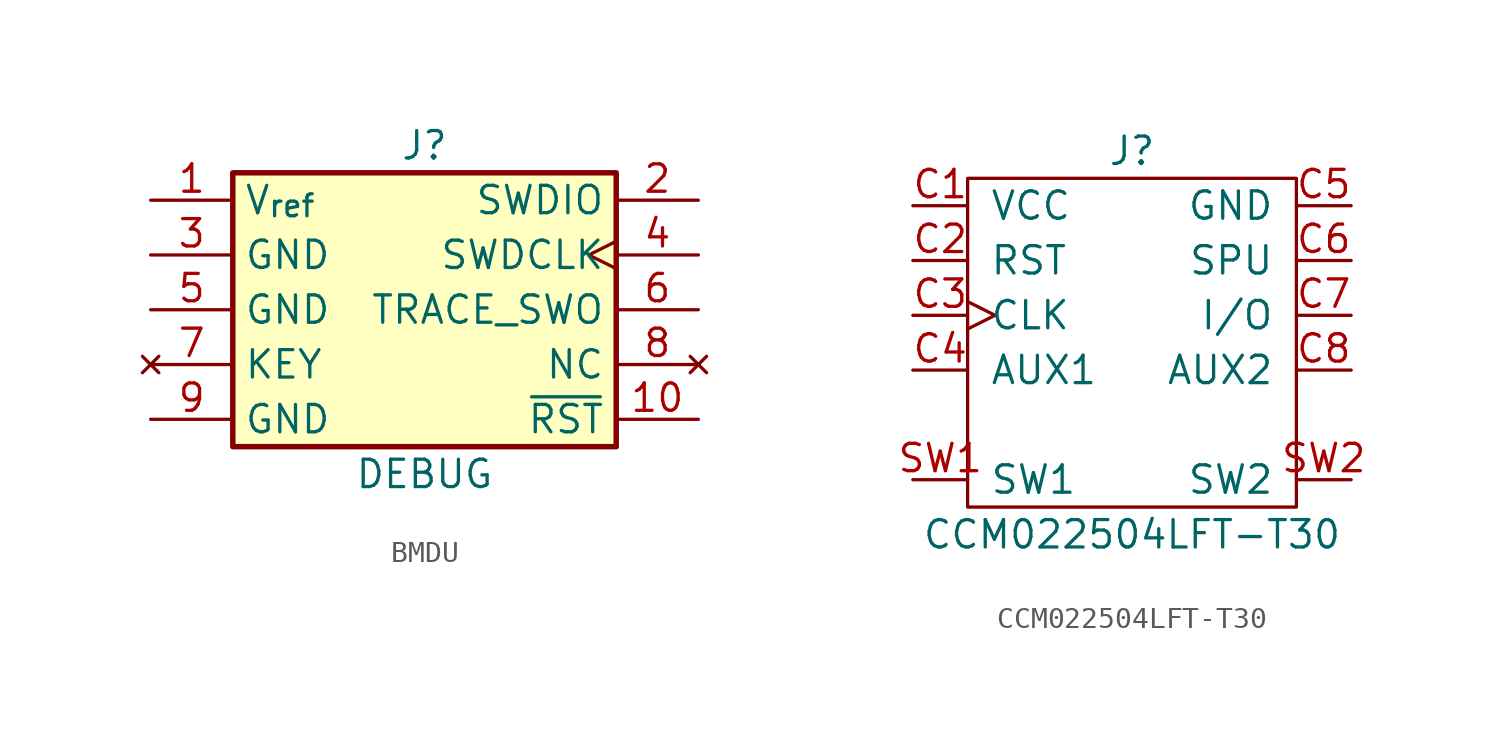
<source format=kicad_sym>
(kicad_symbol_lib
  (version 20241209)
  (generator "kicad_symbol_editor")
  (generator_version "9.0")
  (symbol "BMDU"
    (property "Reference" "J"
      (at 0 7.62 0)
      (effects (font (size 1.27 1.27))))
    (property "Value" "DEBUG"
      (at 0 -7.62 0)
      (effects (font (size 1.27 1.27))))
    (symbol "BMDU_1_1"
      (rectangle (start -8.89 6.35) (end 8.89 -6.35) (stroke (width 0.254) (type default)) (fill (type background)))
      (pin power_in line (at -12.7 5.08 0) (length 3.81) (name "V_{ref}" (effects (font (size 1.27 1.27)))) (number "1" (effects (font (size 1.27 1.27)))))
      (pin power_in line (at -12.7 2.54 0) (length 3.81) (name "GND" (effects (font (size 1.27 1.27)))) (number "3" (effects (font (size 1.27 1.27)))))
      (pin power_in line (at -12.7 0 0) (length 3.81) (name "GND" (effects (font (size 1.27 1.27)))) (number "5" (effects (font (size 1.27 1.27)))))
      (pin no_connect line (at -12.7 -2.54 0) (length 3.81) (name "KEY" (effects (font (size 1.27 1.27)))) (number "7" (effects (font (size 1.27 1.27)))) (alternate "TX" output line))
      (pin power_in line (at -12.7 -5.08 0) (length 3.81) (name "GND" (effects (font (size 1.27 1.27)))) (number "9" (effects (font (size 1.27 1.27)))) (alternate "RX" input line))
      (pin bidirectional line (at 12.7 5.08 180) (length 3.81) (name "SWDIO" (effects (font (size 1.27 1.27)))) (number "2" (effects (font (size 1.27 1.27)))) (alternate "CS" output line) (alternate "TMS" output line))
      (pin output clock (at 12.7 2.54 180) (length 3.81) (name "SWDCLK" (effects (font (size 1.27 1.27)))) (number "4" (effects (font (size 1.27 1.27)))) (alternate "SCLK" output clock) (alternate "TCK" output clock))
      (pin input line (at 12.7 0 180) (length 3.81) (name "TRACE_SWO" (effects (font (size 1.27 1.27)))) (number "6" (effects (font (size 1.27 1.27)))) (alternate "CIPO" input line) (alternate "TDO" input line))
      (pin no_connect line (at 12.7 -2.54 180) (length 3.81) (name "NC" (effects (font (size 1.27 1.27)))) (number "8" (effects (font (size 1.27 1.27)))) (alternate "COPI" input line) (alternate "TDI" input line))
      (pin bidirectional line (at 12.7 -5.08 180) (length 3.81) (name "~{RST}" (effects (font (size 1.27 1.27)))) (number "10" (effects (font (size 1.27 1.27)))))))
  (symbol "CCM022504LFT-T30"
    (pin_names
      (offset 1.016))
    (property "Reference" "J"
      (at 0 8.89 0)
      (effects (font (size 1.27 1.27))))
    (property "Value" "CCM022504LFT-T30"
      (at 0 -8.89 0)
      (effects (font (size 1.27 1.27))))
    (symbol "CCM022504LFT-T30_0_1"
      (rectangle (start 7.62 7.62) (end -7.62 -7.62) (stroke (width 0) (type default)) (fill (type none))))
    (symbol "CCM022504LFT-T30_1_1"
      (pin output line (at -10.16 6.35 0) (length 2.54) (name "VCC" (effects (font (size 1.27 1.27)))) (number "C1" (effects (font (size 1.27 1.27)))))
      (pin output line (at -10.16 3.81 0) (length 2.54) (name "RST" (effects (font (size 1.27 1.27)))) (number "C2" (effects (font (size 1.27 1.27)))))
      (pin output clock (at -10.16 1.27 0) (length 2.54) (name "CLK" (effects (font (size 1.27 1.27)))) (number "C3" (effects (font (size 1.27 1.27)))))
      (pin bidirectional line (at -10.16 -1.27 0) (length 2.54) (name "AUX1" (effects (font (size 1.27 1.27)))) (number "C4" (effects (font (size 1.27 1.27)))))
      (pin passive line (at -10.16 -6.35 0) (length 2.54) (name "SW1" (effects (font (size 1.27 1.27)))) (number "SW1" (effects (font (size 1.27 1.27)))))
      (pin power_out line (at 10.16 6.35 180) (length 2.54) (name "GND" (effects (font (size 1.27 1.27)))) (number "C5" (effects (font (size 1.27 1.27)))))
      (pin bidirectional line (at 10.16 3.81 180) (length 2.54) (name "SPU" (effects (font (size 1.27 1.27)))) (number "C6" (effects (font (size 1.27 1.27)))))
      (pin bidirectional line (at 10.16 1.27 180) (length 2.54) (name "I/O" (effects (font (size 1.27 1.27)))) (number "C7" (effects (font (size 1.27 1.27)))))
      (pin bidirectional line (at 10.16 -1.27 180) (length 2.54) (name "AUX2" (effects (font (size 1.27 1.27)))) (number "C8" (effects (font (size 1.27 1.27)))))
      (pin passive line (at 10.16 -6.35 180) (length 2.54) (name "SW2" (effects (font (size 1.27 1.27)))) (number "SW2" (effects (font (size 1.27 1.27))))))))
</source>
